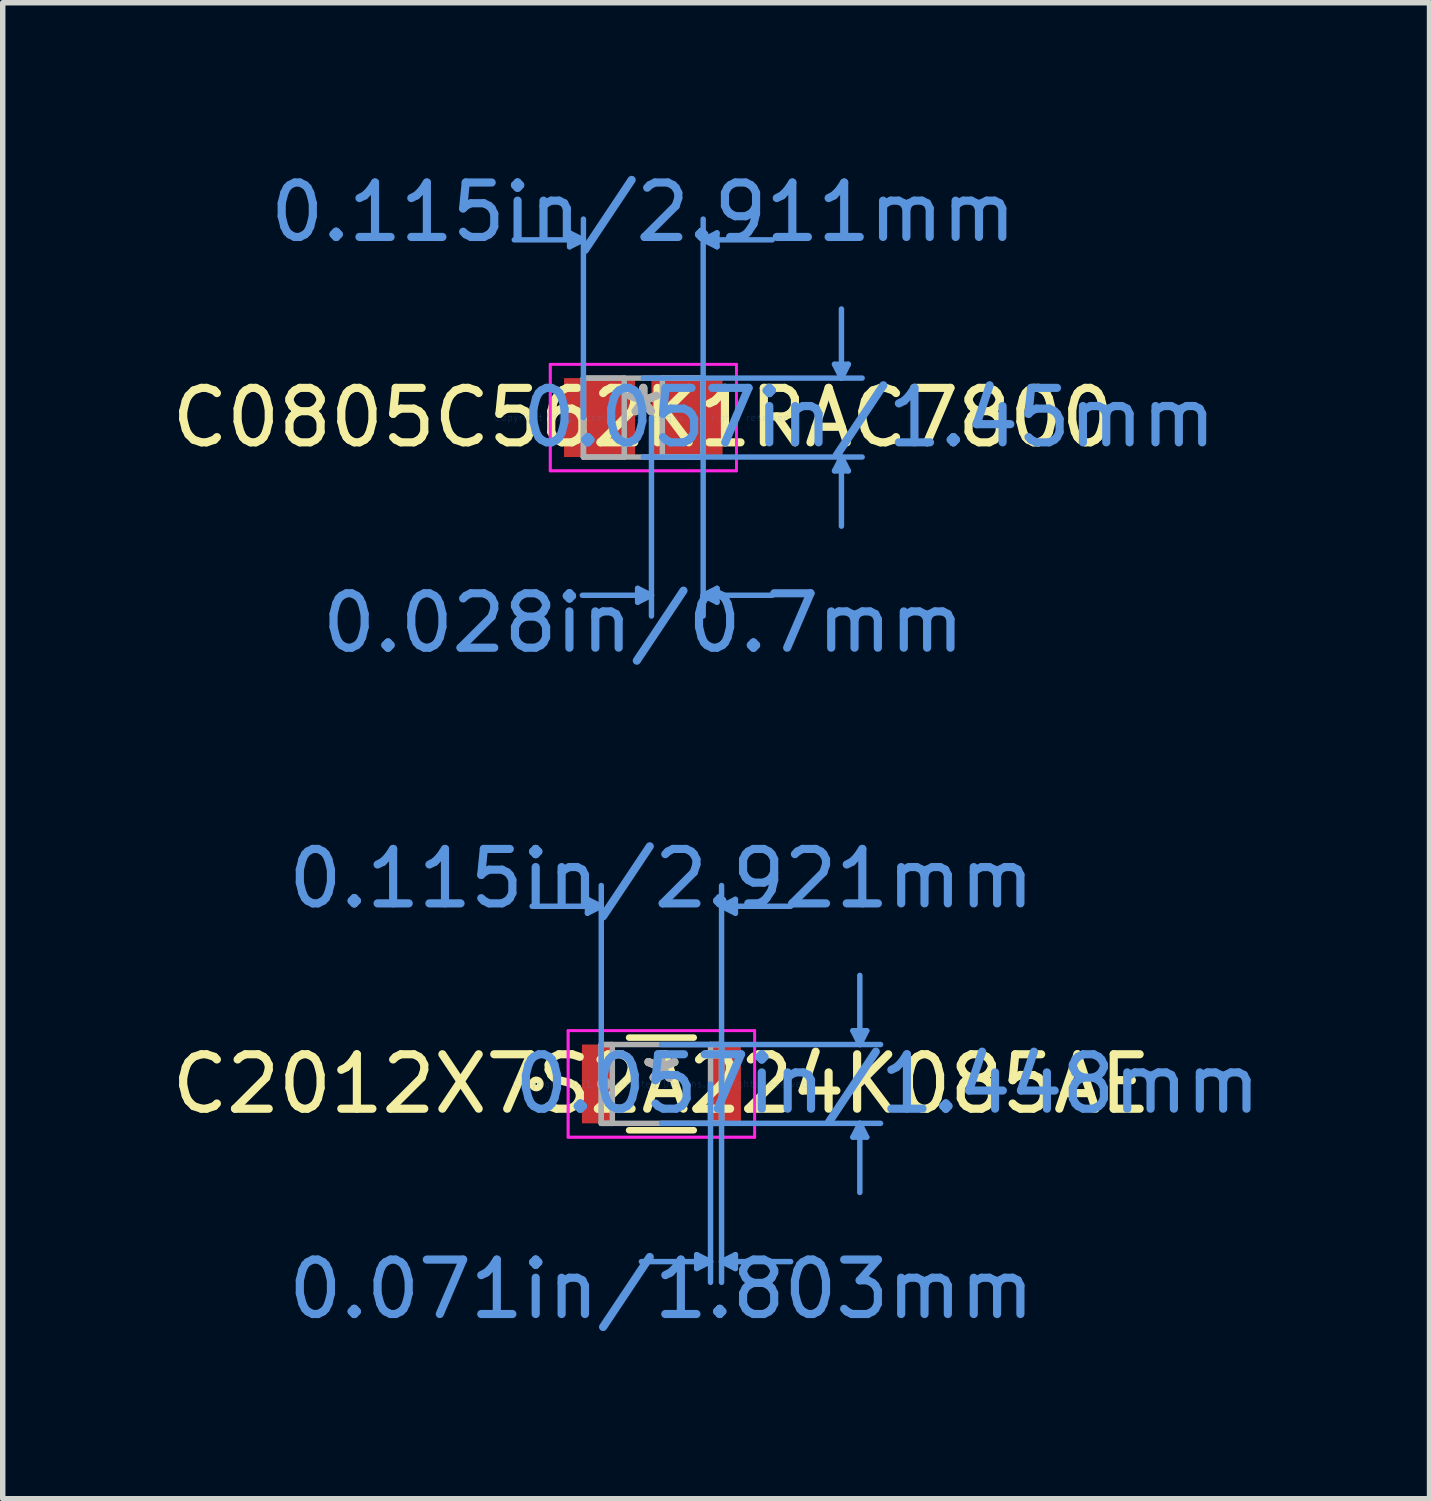
<source format=kicad_pcb>
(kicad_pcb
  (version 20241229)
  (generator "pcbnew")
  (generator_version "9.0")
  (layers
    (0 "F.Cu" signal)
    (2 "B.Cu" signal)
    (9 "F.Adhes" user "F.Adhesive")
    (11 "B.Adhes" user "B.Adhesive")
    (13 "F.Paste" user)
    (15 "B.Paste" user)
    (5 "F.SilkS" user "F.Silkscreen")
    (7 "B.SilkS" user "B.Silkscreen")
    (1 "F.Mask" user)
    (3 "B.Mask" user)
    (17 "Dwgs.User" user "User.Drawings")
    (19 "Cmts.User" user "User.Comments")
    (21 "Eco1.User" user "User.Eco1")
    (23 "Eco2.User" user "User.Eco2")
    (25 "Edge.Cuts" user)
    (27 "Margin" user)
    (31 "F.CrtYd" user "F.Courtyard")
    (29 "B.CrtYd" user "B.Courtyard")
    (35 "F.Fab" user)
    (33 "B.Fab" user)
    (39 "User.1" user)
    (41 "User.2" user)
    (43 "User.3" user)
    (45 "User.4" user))
  (footprint "C0805C562K1RAC7800"
    (layer "F.Cu")
    (at 8.768 4.621)
    (property "Reference" "C0805C562K1RAC7800" (at 0 0 0) (layer "F.SilkS") (effects (font (size 1 1) (thickness 0.15))))
    (attr through_hole)
    (fp_line (start -1.354 -3.392) (end -1.354 -3.138) (stroke (width 0.1) (type solid)) (layer "Cmts.User"))
    (fp_line (start -1.1 -3.265) (end -2.37 -3.265) (stroke (width 0.1) (type solid)) (layer "Cmts.User"))
    (fp_line (start -1.1 -3.265) (end -1.354 -3.392) (stroke (width 0.1) (type solid)) (layer "Cmts.User"))
    (fp_line (start -1.1 -3.265) (end -1.354 -3.138) (stroke (width 0.1) (type solid)) (layer "Cmts.User"))
    (fp_line (start -1.1 0) (end -1.1 -3.646) (stroke (width 0.1) (type solid)) (layer "Cmts.User"))
    (fp_line (start -0.104 3.138) (end -0.104 3.392) (stroke (width 0.1) (type solid)) (layer "Cmts.User"))
    (fp_line (start 0 -0.725) (end 4.021 -0.725) (stroke (width 0.1) (type solid)) (layer "Cmts.User"))
    (fp_line (start 0 0.725) (end 4.021 0.725) (stroke (width 0.1) (type solid)) (layer "Cmts.User"))
    (fp_line (start 0.15 0) (end 0.15 3.646) (stroke (width 0.1) (type solid)) (layer "Cmts.User"))
    (fp_line (start 0.15 3.265) (end -1.12 3.265) (stroke (width 0.1) (type solid)) (layer "Cmts.User"))
    (fp_line (start 0.15 3.265) (end -0.104 3.138) (stroke (width 0.1) (type solid)) (layer "Cmts.User"))
    (fp_line (start 0.15 3.265) (end -0.104 3.392) (stroke (width 0.1) (type solid)) (layer "Cmts.User"))
    (fp_line (start 1.1 -3.265) (end 1.354 -3.392) (stroke (width 0.1) (type solid)) (layer "Cmts.User"))
    (fp_line (start 1.1 -3.265) (end 1.354 -3.138) (stroke (width 0.1) (type solid)) (layer "Cmts.User"))
    (fp_line (start 1.1 -3.265) (end 2.37 -3.265) (stroke (width 0.1) (type solid)) (layer "Cmts.User"))
    (fp_line (start 1.1 0) (end 1.1 -3.646) (stroke (width 0.1) (type solid)) (layer "Cmts.User"))
    (fp_line (start 1.1 0) (end 1.1 3.646) (stroke (width 0.1) (type solid)) (layer "Cmts.User"))
    (fp_line (start 1.1 3.265) (end 1.354 3.138) (stroke (width 0.1) (type solid)) (layer "Cmts.User"))
    (fp_line (start 1.1 3.265) (end 1.354 3.392) (stroke (width 0.1) (type solid)) (layer "Cmts.User"))
    (fp_line (start 1.1 3.265) (end 2.37 3.265) (stroke (width 0.1) (type solid)) (layer "Cmts.User"))
    (fp_line (start 1.354 -3.392) (end 1.354 -3.138) (stroke (width 0.1) (type solid)) (layer "Cmts.User"))
    (fp_line (start 1.354 3.138) (end 1.354 3.392) (stroke (width 0.1) (type solid)) (layer "Cmts.User"))
    (fp_line (start 3.513 -0.979) (end 3.767 -0.979) (stroke (width 0.1) (type solid)) (layer "Cmts.User"))
    (fp_line (start 3.513 0.979) (end 3.767 0.979) (stroke (width 0.1) (type solid)) (layer "Cmts.User"))
    (fp_line (start 3.64 -0.725) (end 3.513 -0.979) (stroke (width 0.1) (type solid)) (layer "Cmts.User"))
    (fp_line (start 3.64 -0.725) (end 3.64 -1.995) (stroke (width 0.1) (type solid)) (layer "Cmts.User"))
    (fp_line (start 3.64 -0.725) (end 3.767 -0.979) (stroke (width 0.1) (type solid)) (layer "Cmts.User"))
    (fp_line (start 3.64 0.725) (end 3.513 0.979) (stroke (width 0.1) (type solid)) (layer "Cmts.User"))
    (fp_line (start 3.64 0.725) (end 3.64 1.995) (stroke (width 0.1) (type solid)) (layer "Cmts.User"))
    (fp_line (start 3.64 0.725) (end 3.767 0.979) (stroke (width 0.1) (type solid)) (layer "Cmts.User"))
    (fp_line (start -1.71 -0.979) (end 1.71 -0.979) (stroke (width 0.05) (type solid)) (layer "F.CrtYd"))
    (fp_line (start -1.71 -0.979) (end 1.71 -0.979) (stroke (width 0.05) (type solid)) (layer "F.CrtYd"))
    (fp_line (start -1.71 0.979) (end -1.71 -0.979) (stroke (width 0.05) (type solid)) (layer "F.CrtYd"))
    (fp_line (start -1.71 0.979) (end -1.71 -0.979) (stroke (width 0.05) (type solid)) (layer "F.CrtYd"))
    (fp_line (start 1.71 -0.979) (end 1.71 0.979) (stroke (width 0.05) (type solid)) (layer "F.CrtYd"))
    (fp_line (start 1.71 -0.979) (end 1.71 0.979) (stroke (width 0.05) (type solid)) (layer "F.CrtYd"))
    (fp_line (start 1.71 0.979) (end -1.71 0.979) (stroke (width 0.05) (type solid)) (layer "F.CrtYd"))
    (fp_line (start 1.71 0.979) (end -1.71 0.979) (stroke (width 0.05) (type solid)) (layer "F.CrtYd"))
    (fp_line (start -1.1 -0.725) (end -1.1 0.725) (stroke (width 0.1) (type solid)) (layer "F.Fab"))
    (fp_line (start -1.1 -0.725) (end -1.1 0.725) (stroke (width 0.1) (type solid)) (layer "F.Fab"))
    (fp_line (start -1.1 0.725) (end -0.35 0.725) (stroke (width 0.1) (type solid)) (layer "F.Fab"))
    (fp_line (start -1.1 0.725) (end 1.1 0.725) (stroke (width 0.1) (type solid)) (layer "F.Fab"))
    (fp_line (start -0.35 -0.725) (end -1.1 -0.725) (stroke (width 0.1) (type solid)) (layer "F.Fab"))
    (fp_line (start -0.35 0.725) (end -0.35 -0.725) (stroke (width 0.1) (type solid)) (layer "F.Fab"))
    (fp_line (start 0.35 -0.725) (end 0.35 0.725) (stroke (width 0.1) (type solid)) (layer "F.Fab"))
    (fp_line (start 0.35 0.725) (end 1.1 0.725) (stroke (width 0.1) (type solid)) (layer "F.Fab"))
    (fp_line (start 1.1 -0.725) (end -1.1 -0.725) (stroke (width 0.1) (type solid)) (layer "F.Fab"))
    (fp_line (start 1.1 -0.725) (end 0.35 -0.725) (stroke (width 0.1) (type solid)) (layer "F.Fab"))
    (fp_line (start 1.1 0.725) (end 1.1 -0.725) (stroke (width 0.1) (type solid)) (layer "F.Fab"))
    (fp_line (start 1.1 0.725) (end 1.1 -0.725) (stroke (width 0.1) (type solid)) (layer "F.Fab"))
    (fp_text user "*" (at 0 0 0) (layer "F.SilkS") (effects (font (size 1 1) (thickness 0.15))))
    (fp_text user "Copyright 2021 Accelerated Designs. All rights reserved." (at 0 0 0) (layer "Cmts.User") (effects (font (size 0.127 0.127) (thickness 0.002))))
    (fp_text user "0.115in/2.911mm" (at 0 -3.773 0) (layer "Cmts.User") (effects (font (size 1 1) (thickness 0.15))))
    (fp_text user "0.028in/0.7mm" (at 0 3.773 0) (layer "Cmts.User") (effects (font (size 1 1) (thickness 0.15))))
    (fp_text user "0.057in/1.45mm" (at 4.148 0 0) (layer "Cmts.User") (effects (font (size 1 1) (thickness 0.15))))
    (fp_text user "*" (at 0 0 0) (layer "F.Fab") (effects (font (size 1 1) (thickness 0.15))))
    (pad "1" smd rect (at -0.803 0) (size 1.306 1.45) (layers "F.Cu" "F.Mask" "F.Paste"))
    (pad "2" smd rect (at 0.803 0) (size 1.306 1.45) (layers "F.Cu" "F.Mask" "F.Paste")))
  (footprint "C2012X7S2A224K085AE"
    (layer "F.Cu")
    (at 9.101 16.863)
    (property "Reference" "C2012X7S2A224K085AE" (at 0 0 0) (layer "F.SilkS") (effects (font (size 1 1) (thickness 0.15))))
    (attr through_hole)
    (fp_line (start -0.594 0.851) (end 0.594 0.851) (stroke (width 0.12) (type solid)) (layer "F.SilkS"))
    (fp_line (start 0.594 -0.851) (end -0.594 -0.851) (stroke (width 0.12) (type solid)) (layer "F.SilkS"))
    (fp_circle (center -2.299 0) (end -2.223 0) (stroke (width 0.12) (type solid)) (fill no) (layer "F.SilkS"))
    (fp_line (start -1.359 -3.391) (end -1.359 -3.137) (stroke (width 0.1) (type solid)) (layer "Cmts.User"))
    (fp_line (start -1.105 -3.264) (end -2.375 -3.264) (stroke (width 0.1) (type solid)) (layer "Cmts.User"))
    (fp_line (start -1.105 -3.264) (end -1.359 -3.391) (stroke (width 0.1) (type solid)) (layer "Cmts.User"))
    (fp_line (start -1.105 -3.264) (end -1.359 -3.137) (stroke (width 0.1) (type solid)) (layer "Cmts.User"))
    (fp_line (start -1.105 0) (end -1.105 -3.645) (stroke (width 0.1) (type solid)) (layer "Cmts.User"))
    (fp_line (start 0 -0.724) (end 4.026 -0.724) (stroke (width 0.1) (type solid)) (layer "Cmts.User"))
    (fp_line (start 0 0.724) (end 4.026 0.724) (stroke (width 0.1) (type solid)) (layer "Cmts.User"))
    (fp_line (start 0.648 3.137) (end 0.648 3.391) (stroke (width 0.1) (type solid)) (layer "Cmts.User"))
    (fp_line (start 0.902 0) (end 0.902 3.645) (stroke (width 0.1) (type solid)) (layer "Cmts.User"))
    (fp_line (start 0.902 3.264) (end -0.368 3.264) (stroke (width 0.1) (type solid)) (layer "Cmts.User"))
    (fp_line (start 0.902 3.264) (end 0.648 3.137) (stroke (width 0.1) (type solid)) (layer "Cmts.User"))
    (fp_line (start 0.902 3.264) (end 0.648 3.391) (stroke (width 0.1) (type solid)) (layer "Cmts.User"))
    (fp_line (start 1.105 -3.264) (end 1.359 -3.391) (stroke (width 0.1) (type solid)) (layer "Cmts.User"))
    (fp_line (start 1.105 -3.264) (end 1.359 -3.137) (stroke (width 0.1) (type solid)) (layer "Cmts.User"))
    (fp_line (start 1.105 -3.264) (end 2.375 -3.264) (stroke (width 0.1) (type solid)) (layer "Cmts.User"))
    (fp_line (start 1.105 0) (end 1.105 -3.645) (stroke (width 0.1) (type solid)) (layer "Cmts.User"))
    (fp_line (start 1.105 0) (end 1.105 3.645) (stroke (width 0.1) (type solid)) (layer "Cmts.User"))
    (fp_line (start 1.105 3.264) (end 1.359 3.137) (stroke (width 0.1) (type solid)) (layer "Cmts.User"))
    (fp_line (start 1.105 3.264) (end 1.359 3.391) (stroke (width 0.1) (type solid)) (layer "Cmts.User"))
    (fp_line (start 1.105 3.264) (end 2.375 3.264) (stroke (width 0.1) (type solid)) (layer "Cmts.User"))
    (fp_line (start 1.359 -3.391) (end 1.359 -3.137) (stroke (width 0.1) (type solid)) (layer "Cmts.User"))
    (fp_line (start 1.359 3.137) (end 1.359 3.391) (stroke (width 0.1) (type solid)) (layer "Cmts.User"))
    (fp_line (start 3.518 -0.978) (end 3.772 -0.978) (stroke (width 0.1) (type solid)) (layer "Cmts.User"))
    (fp_line (start 3.518 0.978) (end 3.772 0.978) (stroke (width 0.1) (type solid)) (layer "Cmts.User"))
    (fp_line (start 3.645 -0.724) (end 3.518 -0.978) (stroke (width 0.1) (type solid)) (layer "Cmts.User"))
    (fp_line (start 3.645 -0.724) (end 3.645 -1.994) (stroke (width 0.1) (type solid)) (layer "Cmts.User"))
    (fp_line (start 3.645 -0.724) (end 3.772 -0.978) (stroke (width 0.1) (type solid)) (layer "Cmts.User"))
    (fp_line (start 3.645 0.724) (end 3.518 0.978) (stroke (width 0.1) (type solid)) (layer "Cmts.User"))
    (fp_line (start 3.645 0.724) (end 3.645 1.994) (stroke (width 0.1) (type solid)) (layer "Cmts.User"))
    (fp_line (start 3.645 0.724) (end 3.772 0.978) (stroke (width 0.1) (type solid)) (layer "Cmts.User"))
    (fp_line (start -1.714 -0.978) (end 1.714 -0.978) (stroke (width 0.05) (type solid)) (layer "F.CrtYd"))
    (fp_line (start -1.714 -0.978) (end 1.714 -0.978) (stroke (width 0.05) (type solid)) (layer "F.CrtYd"))
    (fp_line (start -1.714 0.978) (end -1.714 -0.978) (stroke (width 0.05) (type solid)) (layer "F.CrtYd"))
    (fp_line (start -1.714 0.978) (end -1.714 -0.978) (stroke (width 0.05) (type solid)) (layer "F.CrtYd"))
    (fp_line (start 1.714 -0.978) (end 1.714 0.978) (stroke (width 0.05) (type solid)) (layer "F.CrtYd"))
    (fp_line (start 1.714 -0.978) (end 1.714 0.978) (stroke (width 0.05) (type solid)) (layer "F.CrtYd"))
    (fp_line (start 1.714 0.978) (end -1.714 0.978) (stroke (width 0.05) (type solid)) (layer "F.CrtYd"))
    (fp_line (start 1.714 0.978) (end -1.714 0.978) (stroke (width 0.05) (type solid)) (layer "F.CrtYd"))
    (fp_line (start -1.105 -0.724) (end -1.105 0.724) (stroke (width 0.1) (type solid)) (layer "F.Fab"))
    (fp_line (start -1.105 -0.724) (end -1.105 0.724) (stroke (width 0.1) (type solid)) (layer "F.Fab"))
    (fp_line (start -1.105 0.724) (end -0.902 0.724) (stroke (width 0.1) (type solid)) (layer "F.Fab"))
    (fp_line (start -1.105 0.724) (end 1.105 0.724) (stroke (width 0.1) (type solid)) (layer "F.Fab"))
    (fp_line (start -0.902 -0.724) (end -1.105 -0.724) (stroke (width 0.1) (type solid)) (layer "F.Fab"))
    (fp_line (start -0.902 0.724) (end -0.902 -0.724) (stroke (width 0.1) (type solid)) (layer "F.Fab"))
    (fp_line (start 0.902 -0.724) (end 0.902 0.724) (stroke (width 0.1) (type solid)) (layer "F.Fab"))
    (fp_line (start 0.902 0.724) (end 1.105 0.724) (stroke (width 0.1) (type solid)) (layer "F.Fab"))
    (fp_line (start 1.105 -0.724) (end -1.105 -0.724) (stroke (width 0.1) (type solid)) (layer "F.Fab"))
    (fp_line (start 1.105 -0.724) (end 0.902 -0.724) (stroke (width 0.1) (type solid)) (layer "F.Fab"))
    (fp_line (start 1.105 0.724) (end 1.105 -0.724) (stroke (width 0.1) (type solid)) (layer "F.Fab"))
    (fp_line (start 1.105 0.724) (end 1.105 -0.724) (stroke (width 0.1) (type solid)) (layer "F.Fab"))
    (fp_circle (center -1.054 0) (end -0.978 0) (stroke (width 0.1) (type solid)) (fill no) (layer "F.Fab"))
    (fp_text user "*" (at 0 0 0) (layer "F.SilkS") (effects (font (size 1 1) (thickness 0.15))))
    (fp_text user "0.071in/1.803mm" (at 0 3.772 0) (layer "Cmts.User") (effects (font (size 1 1) (thickness 0.15))))
    (fp_text user "0.115in/2.921mm" (at 0 -3.772 0) (layer "Cmts.User") (effects (font (size 1 1) (thickness 0.15))))
    (fp_text user "Copyright 2021 Accelerated Designs. All rights reserved." (at 0 0 0) (layer "Cmts.User") (effects (font (size 0.127 0.127) (thickness 0.002))))
    (fp_text user "0.057in/1.448mm" (at 4.153 0 0) (layer "Cmts.User") (effects (font (size 1 1) (thickness 0.15))))
    (fp_text user "*" (at 0 0 0) (layer "F.Fab") (effects (font (size 1 1) (thickness 0.15))))
    (pad "1" smd rect (at -1.181 0) (size 0.559 1.448) (layers "F.Cu" "F.Mask" "F.Paste"))
    (pad "2" smd rect (at 1.181 0) (size 0.559 1.448) (layers "F.Cu" "F.Mask" "F.Paste")))
  (gr_rect
    (start -3 -3)
    (end 23.212 24.483)
    (stroke (width 0.1) (type default))
    (fill no)
    (layer "Edge.Cuts")))
</source>
